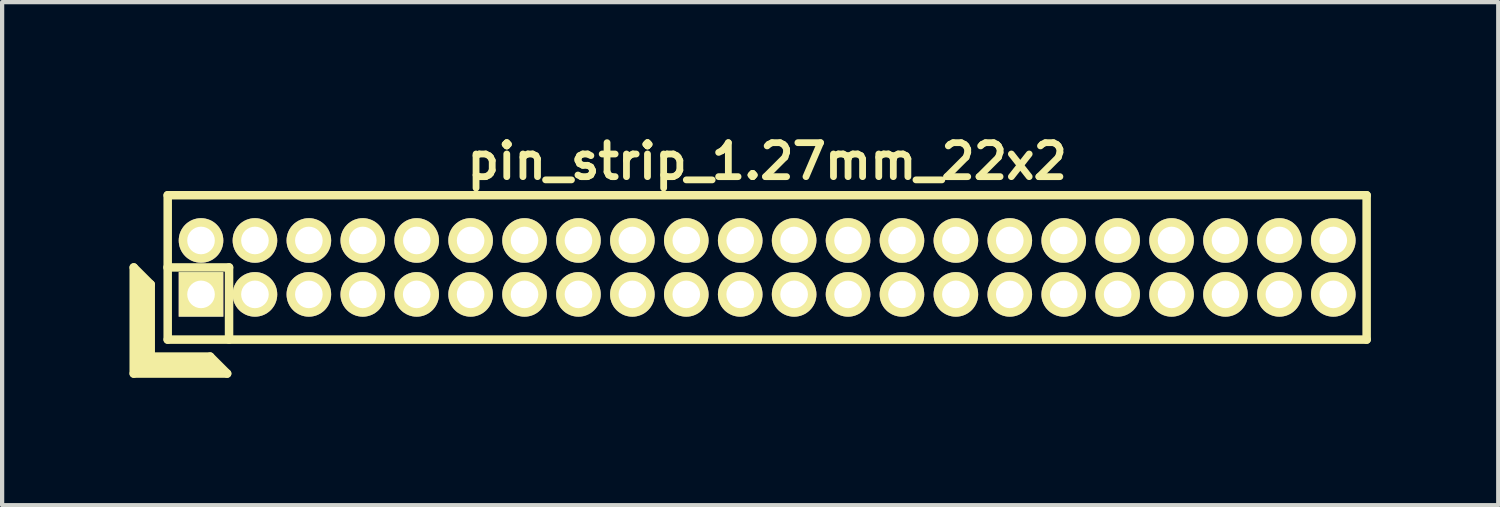
<source format=kicad_pcb>
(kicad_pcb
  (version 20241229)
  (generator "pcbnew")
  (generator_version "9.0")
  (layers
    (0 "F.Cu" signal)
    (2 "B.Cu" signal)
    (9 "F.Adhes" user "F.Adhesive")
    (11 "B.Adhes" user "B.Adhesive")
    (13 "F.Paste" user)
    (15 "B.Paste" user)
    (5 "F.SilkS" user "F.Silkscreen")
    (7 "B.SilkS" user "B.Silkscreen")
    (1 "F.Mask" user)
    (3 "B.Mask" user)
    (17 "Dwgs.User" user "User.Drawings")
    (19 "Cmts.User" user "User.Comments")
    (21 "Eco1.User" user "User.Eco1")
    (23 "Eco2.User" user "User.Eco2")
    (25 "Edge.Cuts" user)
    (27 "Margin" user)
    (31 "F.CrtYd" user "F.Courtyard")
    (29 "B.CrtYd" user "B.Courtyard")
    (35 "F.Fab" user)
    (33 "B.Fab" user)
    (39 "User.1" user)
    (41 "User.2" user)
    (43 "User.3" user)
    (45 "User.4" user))
  (footprint "pin_strip_1.27mm_22x2"
    (layer "F.Cu")
    (at 15.02 3.249)
    (property "Reference" "pin_strip_1.27mm_22x2" (at 0 -2.5 0) (layer "F.SilkS") (effects (font (size 0.8 0.8) (thickness 0.16))))
    (attr through_hole)
    (fp_line (start -14.92 0) (end -14.92 2.5) (stroke (width 0.2) (type solid)) (layer "F.SilkS"))
    (fp_line (start -14.92 0) (end -14.52 0.4) (stroke (width 0.2) (type solid)) (layer "F.SilkS"))
    (fp_line (start -14.92 2.5) (end -12.72 2.5) (stroke (width 0.2) (type solid)) (layer "F.SilkS"))
    (fp_line (start -14.82 2.4) (end -14.82 0.2) (stroke (width 0.2) (type solid)) (layer "F.SilkS"))
    (fp_line (start -14.82 2.4) (end -12.92 2.4) (stroke (width 0.2) (type solid)) (layer "F.SilkS"))
    (fp_line (start -14.72 2.3) (end -14.72 0.3) (stroke (width 0.2) (type solid)) (layer "F.SilkS"))
    (fp_line (start -14.72 2.3) (end -13.02 2.3) (stroke (width 0.2) (type solid)) (layer "F.SilkS"))
    (fp_line (start -14.62 2.2) (end -14.62 0.4) (stroke (width 0.2) (type solid)) (layer "F.SilkS"))
    (fp_line (start -14.62 2.2) (end -13.12 2.2) (stroke (width 0.2) (type solid)) (layer "F.SilkS"))
    (fp_line (start -14.52 2.1) (end -14.52 0.4) (stroke (width 0.2) (type solid)) (layer "F.SilkS"))
    (fp_line (start -14.52 2.1) (end -13.12 2.1) (stroke (width 0.2) (type solid)) (layer "F.SilkS"))
    (fp_line (start -14.125 0) (end -12.675 0) (stroke (width 0.2) (type solid)) (layer "F.SilkS"))
    (fp_line (start -14.12 -1.7) (end 14.12 -1.7) (stroke (width 0.2) (type solid)) (layer "F.SilkS"))
    (fp_line (start -14.12 1.7) (end -14.12 -1.7) (stroke (width 0.2) (type solid)) (layer "F.SilkS"))
    (fp_line (start -13.12 2.1) (end -12.72 2.5) (stroke (width 0.2) (type solid)) (layer "F.SilkS"))
    (fp_line (start -12.675 0) (end -12.675 1.7) (stroke (width 0.2) (type solid)) (layer "F.SilkS"))
    (fp_line (start 14.12 -1.7) (end 14.12 1.7) (stroke (width 0.2) (type solid)) (layer "F.SilkS"))
    (fp_line (start 14.12 1.7) (end -14.12 1.7) (stroke (width 0.2) (type solid)) (layer "F.SilkS"))
    (pad "1" thru_hole rect (at -13.335 0.635) (size 1.05 1.05) (drill 0.65) (layers "*.Cu" "*.Mask" "F.SilkS"))
    (pad "2" thru_hole oval (at -13.335 -0.635) (size 1.05 1.05) (drill 0.65) (layers "*.Cu" "*.Mask" "F.SilkS"))
    (pad "3" thru_hole oval (at -12.065 0.635) (size 1.05 1.05) (drill 0.65) (layers "*.Cu" "*.Mask" "F.SilkS"))
    (pad "4" thru_hole oval (at -12.065 -0.635) (size 1.05 1.05) (drill 0.65) (layers "*.Cu" "*.Mask" "F.SilkS"))
    (pad "5" thru_hole oval (at -10.795 0.635) (size 1.05 1.05) (drill 0.65) (layers "*.Cu" "*.Mask" "F.SilkS"))
    (pad "6" thru_hole oval (at -10.795 -0.635) (size 1.05 1.05) (drill 0.65) (layers "*.Cu" "*.Mask" "F.SilkS"))
    (pad "7" thru_hole oval (at -9.525 0.635) (size 1.05 1.05) (drill 0.65) (layers "*.Cu" "*.Mask" "F.SilkS"))
    (pad "8" thru_hole oval (at -9.525 -0.635) (size 1.05 1.05) (drill 0.65) (layers "*.Cu" "*.Mask" "F.SilkS"))
    (pad "9" thru_hole oval (at -8.255 0.635) (size 1.05 1.05) (drill 0.65) (layers "*.Cu" "*.Mask" "F.SilkS"))
    (pad "10" thru_hole oval (at -8.255 -0.635) (size 1.05 1.05) (drill 0.65) (layers "*.Cu" "*.Mask" "F.SilkS"))
    (pad "11" thru_hole oval (at -6.985 0.635) (size 1.05 1.05) (drill 0.65) (layers "*.Cu" "*.Mask" "F.SilkS"))
    (pad "12" thru_hole oval (at -6.985 -0.635) (size 1.05 1.05) (drill 0.65) (layers "*.Cu" "*.Mask" "F.SilkS"))
    (pad "13" thru_hole oval (at -5.715 0.635) (size 1.05 1.05) (drill 0.65) (layers "*.Cu" "*.Mask" "F.SilkS"))
    (pad "14" thru_hole oval (at -5.715 -0.635) (size 1.05 1.05) (drill 0.65) (layers "*.Cu" "*.Mask" "F.SilkS"))
    (pad "15" thru_hole oval (at -4.445 0.635) (size 1.05 1.05) (drill 0.65) (layers "*.Cu" "*.Mask" "F.SilkS"))
    (pad "16" thru_hole oval (at -4.445 -0.635) (size 1.05 1.05) (drill 0.65) (layers "*.Cu" "*.Mask" "F.SilkS"))
    (pad "17" thru_hole oval (at -3.175 0.635) (size 1.05 1.05) (drill 0.65) (layers "*.Cu" "*.Mask" "F.SilkS"))
    (pad "18" thru_hole oval (at -3.175 -0.635) (size 1.05 1.05) (drill 0.65) (layers "*.Cu" "*.Mask" "F.SilkS"))
    (pad "19" thru_hole oval (at -1.905 0.635) (size 1.05 1.05) (drill 0.65) (layers "*.Cu" "*.Mask" "F.SilkS"))
    (pad "20" thru_hole oval (at -1.905 -0.635) (size 1.05 1.05) (drill 0.65) (layers "*.Cu" "*.Mask" "F.SilkS"))
    (pad "21" thru_hole oval (at -0.635 0.635) (size 1.05 1.05) (drill 0.65) (layers "*.Cu" "*.Mask" "F.SilkS"))
    (pad "22" thru_hole oval (at -0.635 -0.635) (size 1.05 1.05) (drill 0.65) (layers "*.Cu" "*.Mask" "F.SilkS"))
    (pad "23" thru_hole oval (at 0.635 0.635) (size 1.05 1.05) (drill 0.65) (layers "*.Cu" "*.Mask" "F.SilkS"))
    (pad "24" thru_hole oval (at 0.635 -0.635) (size 1.05 1.05) (drill 0.65) (layers "*.Cu" "*.Mask" "F.SilkS"))
    (pad "25" thru_hole oval (at 1.905 0.635) (size 1.05 1.05) (drill 0.65) (layers "*.Cu" "*.Mask" "F.SilkS"))
    (pad "26" thru_hole oval (at 1.905 -0.635) (size 1.05 1.05) (drill 0.65) (layers "*.Cu" "*.Mask" "F.SilkS"))
    (pad "27" thru_hole oval (at 3.175 0.635) (size 1.05 1.05) (drill 0.65) (layers "*.Cu" "*.Mask" "F.SilkS"))
    (pad "28" thru_hole oval (at 3.175 -0.635) (size 1.05 1.05) (drill 0.65) (layers "*.Cu" "*.Mask" "F.SilkS"))
    (pad "29" thru_hole oval (at 4.445 0.635) (size 1.05 1.05) (drill 0.65) (layers "*.Cu" "*.Mask" "F.SilkS"))
    (pad "30" thru_hole oval (at 4.445 -0.635) (size 1.05 1.05) (drill 0.65) (layers "*.Cu" "*.Mask" "F.SilkS"))
    (pad "31" thru_hole oval (at 5.715 0.635) (size 1.05 1.05) (drill 0.65) (layers "*.Cu" "*.Mask" "F.SilkS"))
    (pad "32" thru_hole oval (at 5.715 -0.635) (size 1.05 1.05) (drill 0.65) (layers "*.Cu" "*.Mask" "F.SilkS"))
    (pad "33" thru_hole oval (at 6.985 0.635) (size 1.05 1.05) (drill 0.65) (layers "*.Cu" "*.Mask" "F.SilkS"))
    (pad "34" thru_hole oval (at 6.985 -0.635) (size 1.05 1.05) (drill 0.65) (layers "*.Cu" "*.Mask" "F.SilkS"))
    (pad "35" thru_hole oval (at 8.255 0.635) (size 1.05 1.05) (drill 0.65) (layers "*.Cu" "*.Mask" "F.SilkS"))
    (pad "36" thru_hole oval (at 8.255 -0.635) (size 1.05 1.05) (drill 0.65) (layers "*.Cu" "*.Mask" "F.SilkS"))
    (pad "37" thru_hole oval (at 9.525 0.635) (size 1.05 1.05) (drill 0.65) (layers "*.Cu" "*.Mask" "F.SilkS"))
    (pad "38" thru_hole oval (at 9.525 -0.635) (size 1.05 1.05) (drill 0.65) (layers "*.Cu" "*.Mask" "F.SilkS"))
    (pad "39" thru_hole oval (at 10.795 0.635) (size 1.05 1.05) (drill 0.65) (layers "*.Cu" "*.Mask" "F.SilkS"))
    (pad "40" thru_hole oval (at 10.795 -0.635) (size 1.05 1.05) (drill 0.65) (layers "*.Cu" "*.Mask" "F.SilkS"))
    (pad "41" thru_hole oval (at 12.065 0.635) (size 1.05 1.05) (drill 0.65) (layers "*.Cu" "*.Mask" "F.SilkS"))
    (pad "42" thru_hole oval (at 12.065 -0.635) (size 1.05 1.05) (drill 0.65) (layers "*.Cu" "*.Mask" "F.SilkS"))
    (pad "43" thru_hole oval (at 13.335 0.635) (size 1.05 1.05) (drill 0.65) (layers "*.Cu" "*.Mask" "F.SilkS"))
    (pad "44" thru_hole oval (at 13.335 -0.635) (size 1.05 1.05) (drill 0.65) (layers "*.Cu" "*.Mask" "F.SilkS")))
  (gr_rect
    (start -3 -3)
    (end 32.24 8.849)
    (stroke (width 0.1) (type default))
    (fill no)
    (layer "Edge.Cuts")))
</source>
